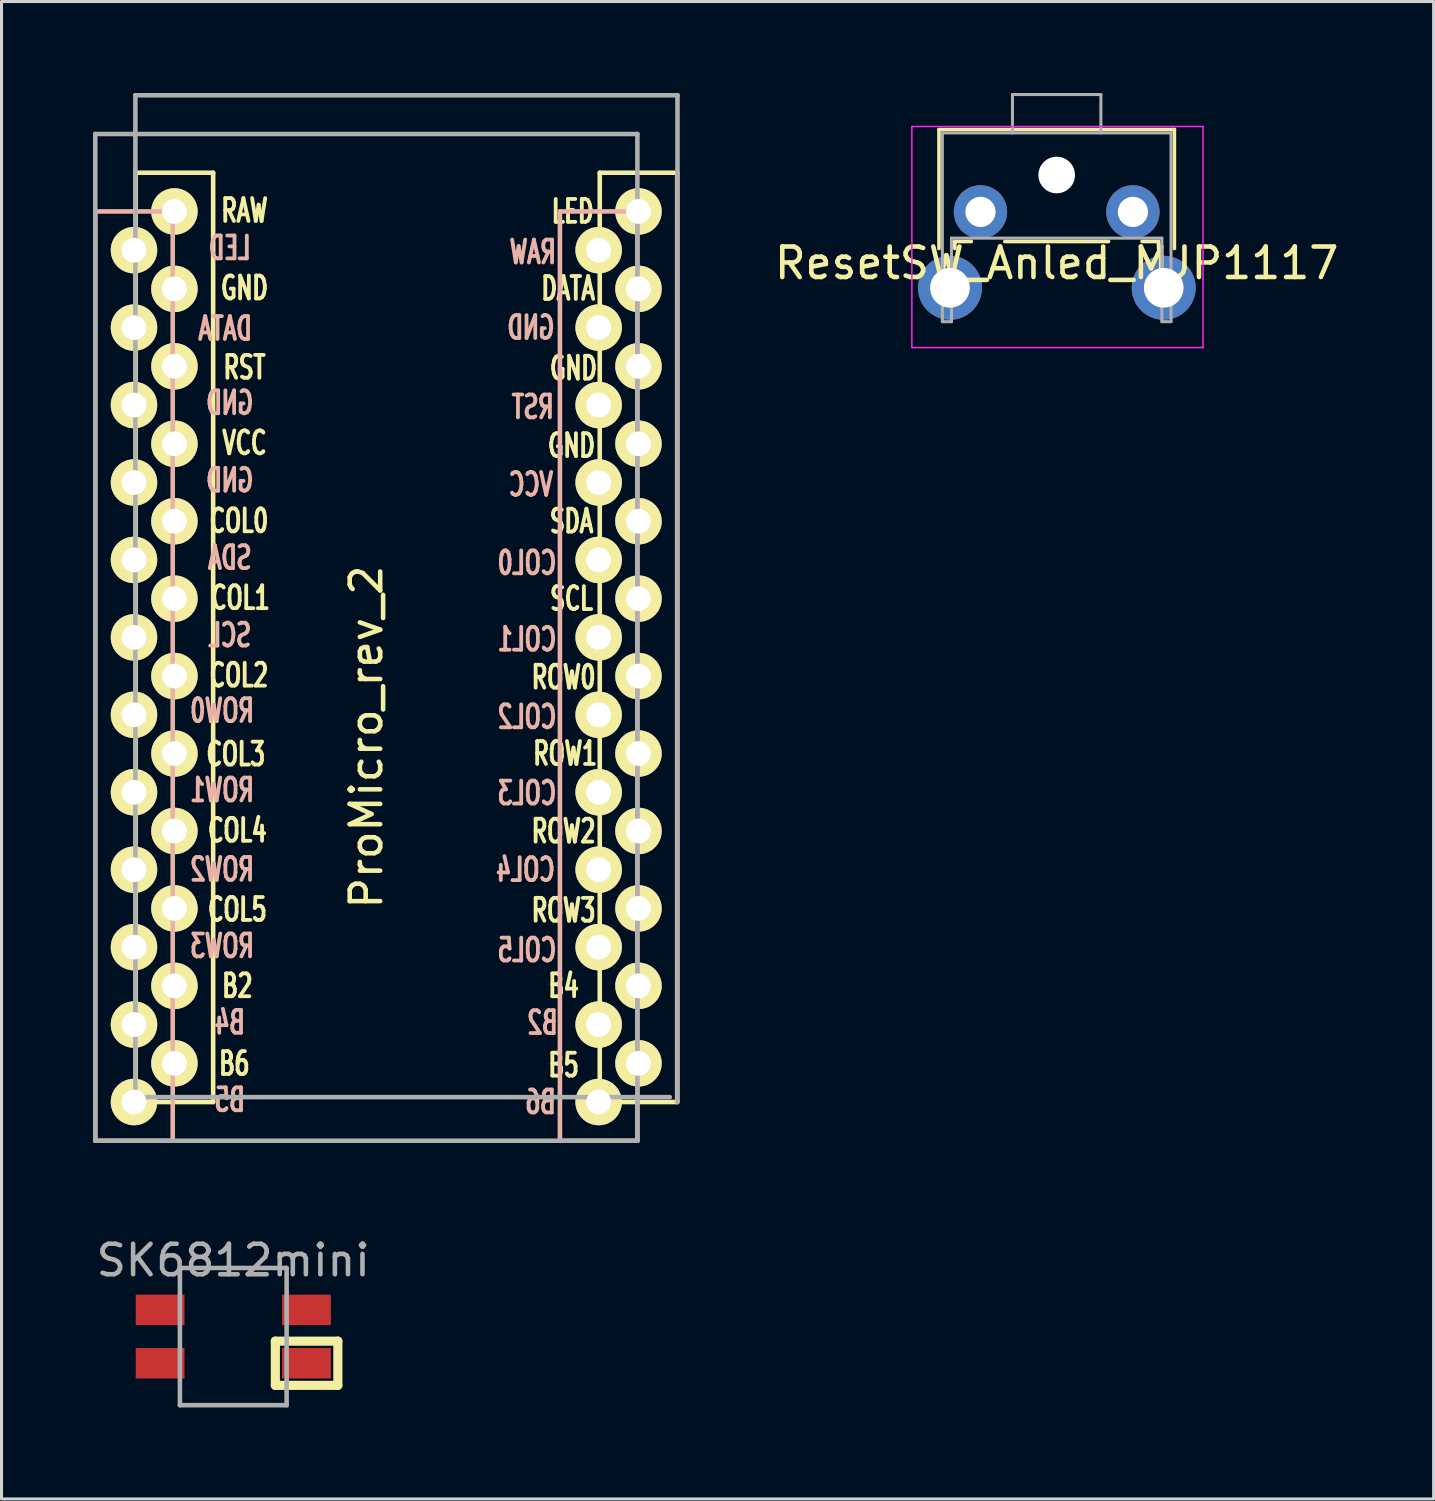
<source format=kicad_pcb>
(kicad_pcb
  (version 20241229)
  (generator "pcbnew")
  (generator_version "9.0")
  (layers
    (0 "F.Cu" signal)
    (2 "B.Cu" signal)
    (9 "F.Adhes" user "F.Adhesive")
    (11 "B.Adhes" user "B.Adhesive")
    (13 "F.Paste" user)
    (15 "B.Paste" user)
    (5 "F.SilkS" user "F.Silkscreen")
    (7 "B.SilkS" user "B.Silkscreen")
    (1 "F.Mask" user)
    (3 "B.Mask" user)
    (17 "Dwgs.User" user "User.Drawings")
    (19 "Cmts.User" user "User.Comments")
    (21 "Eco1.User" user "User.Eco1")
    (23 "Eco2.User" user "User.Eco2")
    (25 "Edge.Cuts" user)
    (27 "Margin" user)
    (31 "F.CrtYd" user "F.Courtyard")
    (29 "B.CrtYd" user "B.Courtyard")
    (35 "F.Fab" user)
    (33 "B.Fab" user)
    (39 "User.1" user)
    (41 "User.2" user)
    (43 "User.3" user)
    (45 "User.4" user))
  (footprint "ProMicro_rev_2"
    (layer "F.Cu")
    (at 10.235 18.363)
    (property "Reference" "ProMicro_rev_2" (at -1.27 2.762 270) (layer "F.SilkS") (effects (font (size 1 1) (thickness 0.15))))
    (attr through_hole)
    (fp_line (start -8.834 -15.748) (end -6.294 -15.748) (stroke (width 0.15) (type solid)) (layer "F.SilkS"))
    (fp_line (start -8.834 14.732) (end -8.834 -15.748) (stroke (width 0.15) (type solid)) (layer "F.SilkS"))
    (fp_line (start -6.294 -15.748) (end -6.294 14.732) (stroke (width 0.15) (type solid)) (layer "F.SilkS"))
    (fp_line (start -6.294 14.732) (end -8.834 14.732) (stroke (width 0.15) (type solid)) (layer "F.SilkS"))
    (fp_line (start 6.386 -15.748) (end 8.926 -15.748) (stroke (width 0.15) (type solid)) (layer "F.SilkS"))
    (fp_line (start 6.386 14.732) (end 6.386 -15.748) (stroke (width 0.15) (type solid)) (layer "F.SilkS"))
    (fp_line (start 8.926 -15.748) (end 8.926 14.732) (stroke (width 0.15) (type solid)) (layer "F.SilkS"))
    (fp_line (start 8.926 14.732) (end 6.386 14.732) (stroke (width 0.15) (type solid)) (layer "F.SilkS"))
    (fp_line (start -10.16 -14.478) (end -7.62 -14.478) (stroke (width 0.15) (type solid)) (layer "B.SilkS"))
    (fp_line (start -10.16 16.002) (end -10.16 -14.478) (stroke (width 0.15) (type solid)) (layer "B.SilkS"))
    (fp_line (start -7.62 -14.478) (end -7.62 16.002) (stroke (width 0.15) (type solid)) (layer "B.SilkS"))
    (fp_line (start -7.62 16.002) (end -10.16 16.002) (stroke (width 0.15) (type solid)) (layer "B.SilkS"))
    (fp_line (start 5.08 -14.478) (end 7.62 -14.478) (stroke (width 0.15) (type solid)) (layer "B.SilkS"))
    (fp_line (start 5.08 16.002) (end 5.08 -14.478) (stroke (width 0.15) (type solid)) (layer "B.SilkS"))
    (fp_line (start 7.62 -14.478) (end 7.62 16.002) (stroke (width 0.15) (type solid)) (layer "B.SilkS"))
    (fp_line (start 7.62 16.002) (end 5.08 16.002) (stroke (width 0.15) (type solid)) (layer "B.SilkS"))
    (fp_line (start -10.16 -17.018) (end 7.62 -17.018) (stroke (width 0.15) (type solid)) (layer "F.Fab"))
    (fp_line (start -10.16 16.002) (end -10.16 -17.018) (stroke (width 0.15) (type solid)) (layer "F.Fab"))
    (fp_line (start -8.845 -18.288) (end 8.935 -18.288) (stroke (width 0.15) (type solid)) (layer "F.Fab"))
    (fp_line (start -8.845 14.732) (end -8.845 -18.288) (stroke (width 0.15) (type solid)) (layer "F.Fab"))
    (fp_line (start 7.62 -17.018) (end 7.62 16.002) (stroke (width 0.15) (type solid)) (layer "F.Fab"))
    (fp_line (start 7.62 16.002) (end -10.16 16.002) (stroke (width 0.15) (type solid)) (layer "F.Fab"))
    (fp_line (start 8.686 14.572) (end -9.094 14.572) (stroke (width 0.15) (type solid)) (layer "F.Fab"))
    (fp_line (start 8.935 -18.288) (end 8.935 14.732) (stroke (width 0.15) (type solid)) (layer "F.Fab"))
    (fp_text user "GND" (at 5.461 -6.795 0) (layer "F.SilkS") (effects (font (size 0.75 0.5) (thickness 0.125))))
    (fp_text user "COL3" (at -5.55 3.322 0) (layer "F.SilkS") (effects (font (size 0.75 0.5) (thickness 0.125))))
    (fp_text user "RST" (at -5.266 -9.363 0) (layer "F.SilkS") (effects (font (size 0.75 0.5) (thickness 0.125))))
    (fp_text user "ROW2" (at 5.2 5.85 0) (layer "F.SilkS") (effects (font (size 0.75 0.5) (thickness 0.125))))
    (fp_text user "B2" (at -5.5 10.922 0) (layer "F.SilkS") (effects (font (size 0.75 0.5) (thickness 0.125))))
    (fp_text user "" (at -0.5 -17.25 0) (layer "F.SilkS") (effects (font (size 1 1) (thickness 0.15))))
    (fp_text user "SDA" (at 5.461 -4.318 0) (layer "F.SilkS") (effects (font (size 0.75 0.5) (thickness 0.125))))
    (fp_text user "LED" (at 5.5 -14.478 0) (layer "F.SilkS") (effects (font (size 0.75 0.5) (thickness 0.125))))
    (fp_text user "ROW3" (at 5.2 8.445 0) (layer "F.SilkS") (effects (font (size 0.75 0.5) (thickness 0.125))))
    (fp_text user "RAW" (at -5.266 -14.506 0) (layer "F.SilkS") (effects (font (size 0.75 0.5) (thickness 0.125))))
    (fp_text user "COL2" (at -5.45 0.734 0) (layer "F.SilkS") (effects (font (size 0.75 0.5) (thickness 0.125))))
    (fp_text user "B6" (at -5.6 13.472 0) (layer "F.SilkS") (effects (font (size 0.75 0.5) (thickness 0.125))))
    (fp_text user "B5" (at 5.2 13.525 0) (layer "F.SilkS") (effects (font (size 0.75 0.5) (thickness 0.125))))
    (fp_text user "COL1" (at -5.4 -1.806 0) (layer "F.SilkS") (effects (font (size 0.75 0.5) (thickness 0.125))))
    (fp_text user "VCC" (at -5.266 -6.886 0) (layer "F.SilkS") (effects (font (size 0.75 0.5) (thickness 0.125))))
    (fp_text user "COL4" (at -5.5 5.822 0) (layer "F.SilkS") (effects (font (size 0.75 0.5) (thickness 0.125))))
    (fp_text user "GND" (at 5.524 -9.335 0) (layer "F.SilkS") (effects (font (size 0.75 0.5) (thickness 0.125))))
    (fp_text user "ROW0" (at 5.2 0.8 0) (layer "F.SilkS") (effects (font (size 0.75 0.5) (thickness 0.125))))
    (fp_text user "ROW1" (at 5.25 3.302 0) (layer "F.SilkS") (effects (font (size 0.75 0.5) (thickness 0.125))))
    (fp_text user "COL0" (at -5.45 -4.328 0) (layer "F.SilkS") (effects (font (size 0.75 0.5) (thickness 0.125))))
    (fp_text user "GND" (at -5.266 -11.966 0) (layer "F.SilkS") (effects (font (size 0.75 0.5) (thickness 0.125))))
    (fp_text user "COL5" (at -5.5 8.418 0) (layer "F.SilkS") (effects (font (size 0.75 0.5) (thickness 0.125))))
    (fp_text user "B4" (at 5.2 10.922 0) (layer "F.SilkS") (effects (font (size 0.75 0.5) (thickness 0.125))))
    (fp_text user "DATA" (at 5.35 -11.95 0) (layer "F.SilkS") (effects (font (size 0.75 0.5) (thickness 0.125))))
    (fp_text user "SCL" (at 5.461 -1.778 0) (layer "F.SilkS") (effects (font (size 0.75 0.5) (thickness 0.125))))
    (fp_text user "SDA" (at -5.749 -3.12 0) (layer "B.SilkS") (effects (font (size 0.75 0.5) (thickness 0.125)) (justify mirror)))
    (fp_text user "B4" (at -5.749 12.12 0) (layer "B.SilkS") (effects (font (size 0.75 0.5) (thickness 0.125)) (justify mirror)))
    (fp_text user "ROW1" (at -6 4.5 0) (layer "B.SilkS") (effects (font (size 0.75 0.5) (thickness 0.125)) (justify mirror)))
    (fp_text user "COL1" (at 4 -0.445 0) (layer "B.SilkS") (effects (font (size 0.75 0.5) (thickness 0.125)) (justify mirror)))
    (fp_text user "B2" (at 4.508 12.129 0) (layer "B.SilkS") (effects (font (size 0.75 0.5) (thickness 0.125)) (justify mirror)))
    (fp_text user "ROW0" (at -6 1.897 0) (layer "B.SilkS") (effects (font (size 0.75 0.5) (thickness 0.125)) (justify mirror)))
    (fp_text user "B5" (at -5.749 14.66 0) (layer "B.SilkS") (effects (font (size 0.75 0.5) (thickness 0.125)) (justify mirror)))
    (fp_text user "B6" (at 4.445 14.732 0) (layer "B.SilkS") (effects (font (size 0.75 0.5) (thickness 0.125)) (justify mirror)))
    (fp_text user "SCL" (at -5.749 -0.58 0) (layer "B.SilkS") (effects (font (size 0.75 0.5) (thickness 0.125)) (justify mirror)))
    (fp_text user "RST" (at 4.191 -8.065 0) (layer "B.SilkS") (effects (font (size 0.75 0.5) (thickness 0.125)) (justify mirror)))
    (fp_text user "COL0" (at 4 -2.95 0) (layer "B.SilkS") (effects (font (size 0.75 0.5) (thickness 0.125)) (justify mirror)))
    (fp_text user "ROW2" (at -6 7.104 0) (layer "B.SilkS") (effects (font (size 0.75 0.5) (thickness 0.125)) (justify mirror)))
    (fp_text user "GND" (at 4.128 -10.668 0) (layer "B.SilkS") (effects (font (size 0.75 0.5) (thickness 0.125)) (justify mirror)))
    (fp_text user "ROW3" (at -6 9.614 0) (layer "B.SilkS") (effects (font (size 0.75 0.5) (thickness 0.125)) (justify mirror)))
    (fp_text user "COL3" (at 4 4.6 0) (layer "B.SilkS") (effects (font (size 0.75 0.5) (thickness 0.125)) (justify mirror)))
    (fp_text user "LED" (at -5.749 -13.28 0) (layer "B.SilkS") (effects (font (size 0.75 0.5) (thickness 0.125)) (justify mirror)))
    (fp_text user "RAW" (at 4.191 -13.145 0) (layer "B.SilkS") (effects (font (size 0.75 0.5) (thickness 0.125)) (justify mirror)))
    (fp_text user "GND" (at -5.749 -8.2 0) (layer "B.SilkS") (effects (font (size 0.75 0.5) (thickness 0.125)) (justify mirror)))
    (fp_text user "" (at -1.206 -16.256 0) (layer "B.SilkS") (effects (font (size 1 1) (thickness 0.15)) (justify mirror)))
    (fp_text user "COL4" (at 3.95 7.112 0) (layer "B.SilkS") (effects (font (size 0.75 0.5) (thickness 0.125)) (justify mirror)))
    (fp_text user "COL5" (at 4 9.75 0) (layer "B.SilkS") (effects (font (size 0.75 0.5) (thickness 0.125)) (justify mirror)))
    (fp_text user "GND" (at -5.749 -5.66 0) (layer "B.SilkS") (effects (font (size 0.75 0.5) (thickness 0.125)) (justify mirror)))
    (fp_text user "COL2" (at 4 2.1 0) (layer "B.SilkS") (effects (font (size 0.75 0.5) (thickness 0.125)) (justify mirror)))
    (fp_text user "VCC" (at 4.128 -5.524 0) (layer "B.SilkS") (effects (font (size 0.75 0.5) (thickness 0.125)) (justify mirror)))
    (fp_text user "DATA" (at -5.9 -10.636 0) (layer "B.SilkS") (effects (font (size 0.75 0.5) (thickness 0.125)) (justify mirror)))
    (pad "1" thru_hole circle (at -8.89 -13.208) (size 1.524 1.524) (drill 0.813) (layers "*.Cu" "*.Mask" "F.SilkS"))
    (pad "1" thru_hole circle (at 7.656 -14.478) (size 1.524 1.524) (drill 0.813) (layers "*.Cu" "*.Mask" "F.SilkS"))
    (pad "2" thru_hole circle (at -8.89 -10.668) (size 1.524 1.524) (drill 0.813) (layers "*.Cu" "*.Mask" "F.SilkS"))
    (pad "2" thru_hole circle (at 7.656 -11.938) (size 1.524 1.524) (drill 0.813) (layers "*.Cu" "*.Mask" "F.SilkS"))
    (pad "3" thru_hole circle (at -8.89 -8.128) (size 1.524 1.524) (drill 0.813) (layers "*.Cu" "*.Mask" "F.SilkS"))
    (pad "3" thru_hole circle (at 7.656 -9.398) (size 1.524 1.524) (drill 0.813) (layers "*.Cu" "*.Mask" "F.SilkS"))
    (pad "4" thru_hole circle (at -8.89 -5.588) (size 1.524 1.524) (drill 0.813) (layers "*.Cu" "*.Mask" "F.SilkS"))
    (pad "4" thru_hole circle (at 7.656 -6.858) (size 1.524 1.524) (drill 0.813) (layers "*.Cu" "*.Mask" "F.SilkS"))
    (pad "5" thru_hole circle (at -8.89 -3.048) (size 1.524 1.524) (drill 0.813) (layers "*.Cu" "*.Mask" "F.SilkS"))
    (pad "5" thru_hole circle (at 7.656 -4.318) (size 1.524 1.524) (drill 0.813) (layers "*.Cu" "*.Mask" "F.SilkS"))
    (pad "6" thru_hole circle (at -8.89 -0.508) (size 1.524 1.524) (drill 0.813) (layers "*.Cu" "*.Mask" "F.SilkS"))
    (pad "6" thru_hole circle (at 7.656 -1.778) (size 1.524 1.524) (drill 0.813) (layers "*.Cu" "*.Mask" "F.SilkS"))
    (pad "7" thru_hole circle (at -8.89 2.032) (size 1.524 1.524) (drill 0.813) (layers "*.Cu" "*.Mask" "F.SilkS"))
    (pad "7" thru_hole circle (at 7.656 0.762) (size 1.524 1.524) (drill 0.813) (layers "*.Cu" "*.Mask" "F.SilkS"))
    (pad "8" thru_hole circle (at -8.89 4.572) (size 1.524 1.524) (drill 0.813) (layers "*.Cu" "*.Mask" "F.SilkS"))
    (pad "8" thru_hole circle (at 7.656 3.302) (size 1.524 1.524) (drill 0.813) (layers "*.Cu" "*.Mask" "F.SilkS"))
    (pad "9" thru_hole circle (at -8.89 7.112) (size 1.524 1.524) (drill 0.813) (layers "*.Cu" "*.Mask" "F.SilkS"))
    (pad "9" thru_hole circle (at 7.656 5.842) (size 1.524 1.524) (drill 0.813) (layers "*.Cu" "*.Mask" "F.SilkS"))
    (pad "10" thru_hole circle (at -8.89 9.652) (size 1.524 1.524) (drill 0.813) (layers "*.Cu" "*.Mask" "F.SilkS"))
    (pad "10" thru_hole circle (at 7.656 8.382) (size 1.524 1.524) (drill 0.813) (layers "*.Cu" "*.Mask" "F.SilkS"))
    (pad "11" thru_hole circle (at -8.89 12.192) (size 1.524 1.524) (drill 0.813) (layers "*.Cu" "*.Mask" "F.SilkS"))
    (pad "11" thru_hole circle (at 7.656 10.922) (size 1.524 1.524) (drill 0.813) (layers "*.Cu" "*.Mask" "F.SilkS"))
    (pad "12" thru_hole circle (at -8.89 14.732) (size 1.524 1.524) (drill 0.813) (layers "*.Cu" "*.Mask" "F.SilkS"))
    (pad "12" thru_hole circle (at 7.656 13.462) (size 1.524 1.524) (drill 0.813) (layers "*.Cu" "*.Mask" "F.SilkS"))
    (pad "13" thru_hole circle (at -7.564 13.462) (size 1.524 1.524) (drill 0.813) (layers "*.Cu" "*.Mask" "F.SilkS"))
    (pad "13" thru_hole circle (at 6.35 14.732) (size 1.524 1.524) (drill 0.813) (layers "*.Cu" "*.Mask" "F.SilkS"))
    (pad "14" thru_hole circle (at -7.564 10.922) (size 1.524 1.524) (drill 0.813) (layers "*.Cu" "*.Mask" "F.SilkS"))
    (pad "14" thru_hole circle (at 6.35 12.192) (size 1.524 1.524) (drill 0.813) (layers "*.Cu" "*.Mask" "F.SilkS"))
    (pad "15" thru_hole circle (at -7.564 8.382) (size 1.524 1.524) (drill 0.813) (layers "*.Cu" "*.Mask" "F.SilkS"))
    (pad "15" thru_hole circle (at 6.35 9.652) (size 1.524 1.524) (drill 0.813) (layers "*.Cu" "*.Mask" "F.SilkS"))
    (pad "16" thru_hole circle (at -7.564 5.842) (size 1.524 1.524) (drill 0.813) (layers "*.Cu" "*.Mask" "F.SilkS"))
    (pad "16" thru_hole circle (at 6.35 7.112) (size 1.524 1.524) (drill 0.813) (layers "*.Cu" "*.Mask" "F.SilkS"))
    (pad "17" thru_hole circle (at -7.564 3.302) (size 1.524 1.524) (drill 0.813) (layers "*.Cu" "*.Mask" "F.SilkS"))
    (pad "17" thru_hole circle (at 6.35 4.572) (size 1.524 1.524) (drill 0.813) (layers "*.Cu" "*.Mask" "F.SilkS"))
    (pad "18" thru_hole circle (at -7.564 0.762) (size 1.524 1.524) (drill 0.813) (layers "*.Cu" "*.Mask" "F.SilkS"))
    (pad "18" thru_hole circle (at 6.35 2.032) (size 1.524 1.524) (drill 0.813) (layers "*.Cu" "*.Mask" "F.SilkS"))
    (pad "19" thru_hole circle (at -7.564 -1.778) (size 1.524 1.524) (drill 0.813) (layers "*.Cu" "*.Mask" "F.SilkS"))
    (pad "19" thru_hole circle (at 6.35 -0.508) (size 1.524 1.524) (drill 0.813) (layers "*.Cu" "*.Mask" "F.SilkS"))
    (pad "20" thru_hole circle (at -7.564 -4.318) (size 1.524 1.524) (drill 0.813) (layers "*.Cu" "*.Mask" "F.SilkS"))
    (pad "20" thru_hole circle (at 6.35 -3.048) (size 1.524 1.524) (drill 0.813) (layers "*.Cu" "*.Mask" "F.SilkS"))
    (pad "21" thru_hole circle (at -7.564 -6.858) (size 1.524 1.524) (drill 0.813) (layers "*.Cu" "*.Mask" "F.SilkS"))
    (pad "21" thru_hole circle (at 6.35 -5.588) (size 1.524 1.524) (drill 0.813) (layers "*.Cu" "*.Mask" "F.SilkS"))
    (pad "22" thru_hole circle (at -7.564 -9.398) (size 1.524 1.524) (drill 0.813) (layers "*.Cu" "*.Mask" "F.SilkS"))
    (pad "22" thru_hole circle (at 6.35 -8.128) (size 1.524 1.524) (drill 0.813) (layers "*.Cu" "*.Mask" "F.SilkS"))
    (pad "23" thru_hole circle (at -7.564 -11.938) (size 1.524 1.524) (drill 0.813) (layers "*.Cu" "*.Mask" "F.SilkS"))
    (pad "23" thru_hole circle (at 6.35 -10.668) (size 1.524 1.524) (drill 0.813) (layers "*.Cu" "*.Mask" "F.SilkS"))
    (pad "24" thru_hole circle (at -7.564 -14.478) (size 1.524 1.524) (drill 0.813) (layers "*.Cu" "*.Mask" "F.SilkS"))
    (pad "24" thru_hole circle (at 6.35 -13.208) (size 1.524 1.524) (drill 0.813) (layers "*.Cu" "*.Mask" "F.SilkS")))
  (footprint "ResetSW_Anled_MJP1117"
    (layer "F.Cu")
    (at 29.108 3.9)
    (property "Reference" "ResetSW_Anled_MJP1117" (at 2.5 1.68 0) (layer "F.SilkS") (effects (font (size 1 1) (thickness 0.15))))
    (attr through_hole)
    (fp_line (start -1.36 -2.7) (end -1.36 1.2) (stroke (width 0.12) (type solid)) (layer "F.SilkS"))
    (fp_line (start -1.36 -2.7) (end 6.36 -2.7) (stroke (width 0.12) (type solid)) (layer "F.SilkS"))
    (fp_line (start -0.84 0.97) (end -0.84 1.2) (stroke (width 0.12) (type solid)) (layer "F.SilkS"))
    (fp_line (start -0.84 0.97) (end -0.3 0.97) (stroke (width 0.12) (type solid)) (layer "F.SilkS"))
    (fp_line (start 0.8 0.97) (end 4.2 0.97) (stroke (width 0.12) (type solid)) (layer "F.SilkS"))
    (fp_line (start 5.3 0.97) (end 5.84 0.97) (stroke (width 0.12) (type solid)) (layer "F.SilkS"))
    (fp_line (start 5.84 0.97) (end 5.84 1.2) (stroke (width 0.12) (type solid)) (layer "F.SilkS"))
    (fp_line (start 6.36 -2.7) (end 6.36 1.2) (stroke (width 0.12) (type solid)) (layer "F.SilkS"))
    (fp_line (start -2.25 -2.8) (end 7.3 -2.8) (stroke (width 0.05) (type solid)) (layer "F.CrtYd"))
    (fp_line (start -2.25 4.45) (end -2.25 -2.8) (stroke (width 0.05) (type solid)) (layer "F.CrtYd"))
    (fp_line (start 7.3 -2.8) (end 7.3 4.45) (stroke (width 0.05) (type solid)) (layer "F.CrtYd"))
    (fp_line (start 7.3 4.45) (end -2.25 4.45) (stroke (width 0.05) (type solid)) (layer "F.CrtYd"))
    (fp_line (start -1.25 -2.59) (end 6.25 -2.59) (stroke (width 0.1) (type solid)) (layer "F.Fab"))
    (fp_line (start -1.25 3.6) (end -1.25 -2.59) (stroke (width 0.1) (type solid)) (layer "F.Fab"))
    (fp_line (start -1.25 3.6) (end -0.95 3.6) (stroke (width 0.1) (type solid)) (layer "F.Fab"))
    (fp_line (start -0.95 0.86) (end 5.95 0.86) (stroke (width 0.1) (type solid)) (layer "F.Fab"))
    (fp_line (start -0.95 3.6) (end -0.95 0.86) (stroke (width 0.1) (type solid)) (layer "F.Fab"))
    (fp_line (start 1.05 -3.85) (end 1.05 -2.59) (stroke (width 0.1) (type solid)) (layer "F.Fab"))
    (fp_line (start 1.05 -3.85) (end 3.95 -3.85) (stroke (width 0.1) (type solid)) (layer "F.Fab"))
    (fp_line (start 3.95 -3.85) (end 3.95 -2.59) (stroke (width 0.1) (type solid)) (layer "F.Fab"))
    (fp_line (start 5.95 3.6) (end 5.95 0.86) (stroke (width 0.1) (type solid)) (layer "F.Fab"))
    (fp_line (start 5.95 3.6) (end 6.25 3.6) (stroke (width 0.1) (type solid)) (layer "F.Fab"))
    (fp_line (start 6.25 3.6) (end 6.25 -2.59) (stroke (width 0.1) (type solid)) (layer "F.Fab"))
    (pad "" thru_hole circle (at -1 2.49) (size 2.1 2.1) (drill 1.3) (layers "*.Cu" "*.Mask"))
    (pad "" np_thru_hole circle (at 2.5 -1.21) (size 1.2 1.2) (drill 1.2) (layers "*.Cu" "*.Mask"))
    (pad "" thru_hole circle (at 6.01 2.49) (size 2.1 2.1) (drill 1.3) (layers "*.Cu" "*.Mask"))
    (pad "1" thru_hole circle (at 0 0) (size 1.75 1.75) (drill 0.99) (layers "*.Cu" "*.Mask"))
    (pad "2" thru_hole circle (at 5 0) (size 1.75 1.75) (drill 0.99) (layers "*.Cu" "*.Mask")))
  (footprint "SK6812mini"
    (layer "F.Cu")
    (at 4.601 40.788)
    (property "Reference" "SK6812mini" (at 0 -2.5 0) (layer "F.Fab") (effects (font (size 1 1) (thickness 0.15))))
    (attr through_hole)
    (fp_line (start 1.38 0.15) (end 3.43 0.15) (stroke (width 0.3) (type solid)) (layer "F.SilkS"))
    (fp_line (start 1.38 1.6) (end 1.38 0.15) (stroke (width 0.3) (type solid)) (layer "F.SilkS"))
    (fp_line (start 3.43 0.15) (end 3.43 1.6) (stroke (width 0.3) (type solid)) (layer "F.SilkS"))
    (fp_line (start 3.43 1.6) (end 1.38 1.6) (stroke (width 0.3) (type solid)) (layer "F.SilkS"))
    (fp_line (start -1.75 -2.25) (end -1.75 2.25) (stroke (width 0.15) (type solid)) (layer "F.Fab"))
    (fp_line (start -1.75 -2.25) (end 1.75 -2.25) (stroke (width 0.15) (type solid)) (layer "F.Fab"))
    (fp_line (start 1.75 -2.25) (end 1.75 2.25) (stroke (width 0.15) (type solid)) (layer "F.Fab"))
    (fp_line (start 1.75 2.25) (end -1.75 2.25) (stroke (width 0.15) (type solid)) (layer "F.Fab"))
    (pad "1" smd rect (at -2.4 0.875) (size 1.6 1) (layers "F.Cu" "F.Mask" "F.Paste"))
    (pad "2" smd rect (at -2.4 -0.875) (size 1.6 1) (layers "F.Cu" "F.Mask" "F.Paste"))
    (pad "3" smd rect (at 2.4 -0.875) (size 1.6 1) (layers "F.Cu" "F.Mask" "F.Paste"))
    (pad "4" smd rect (at 2.4 0.875) (size 1.6 1) (layers "F.Cu" "F.Mask" "F.Paste")))
  (gr_rect
    (start -3 -3)
    (end 43.971 46.113)
    (stroke (width 0.1) (type default))
    (fill no)
    (layer "Edge.Cuts")))
</source>
